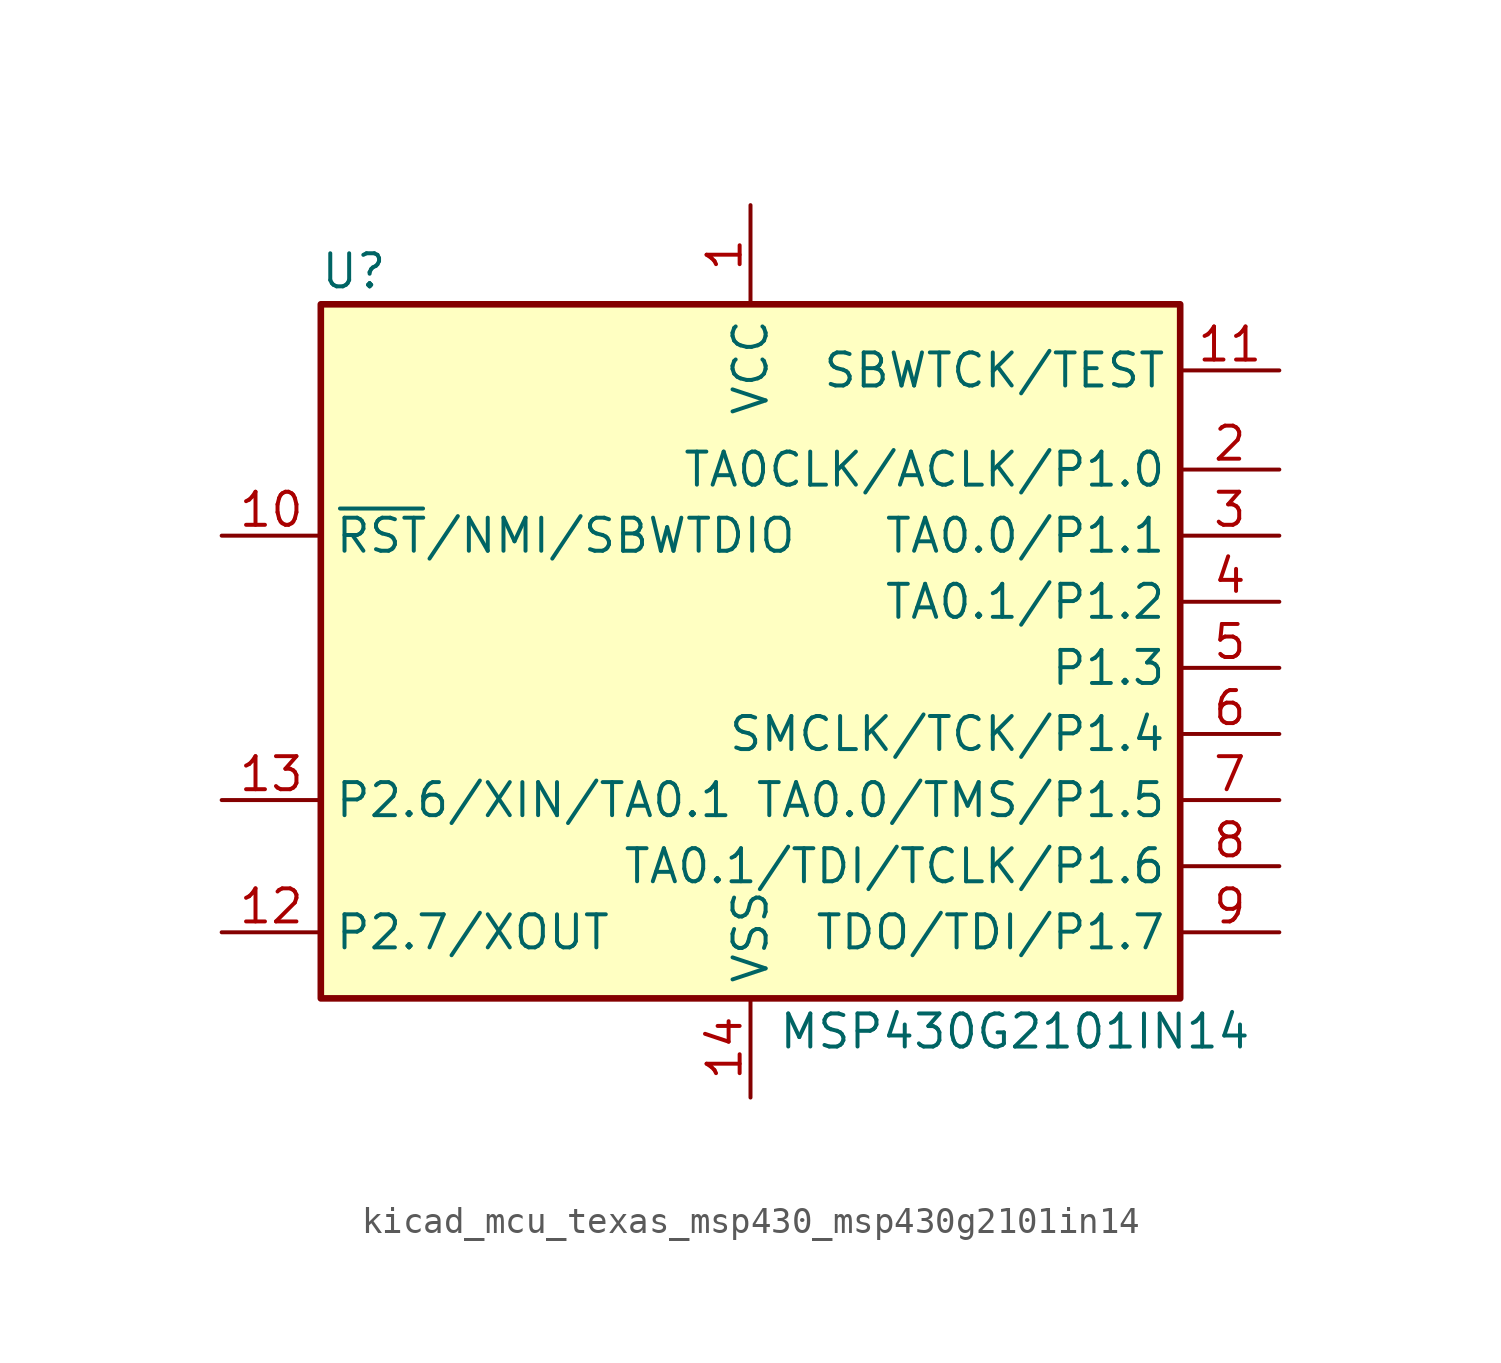
<source format=kicad_sym>
(kicad_symbol_lib
  (version 20220914)
  (generator kicad_symbol_editor)
  (symbol "kicad_mcu_texas_msp430_msp430g2101in14"
    (property "Reference" "U"
      (at -15.24 15.24 0)
      (effects (font (size 1.27 1.27))))
    (property "Value" "MSP430G2101IN14"
      (at 10.16 -13.97 0)
      (effects (font (size 1.27 1.27))))
    (symbol "kicad_mcu_texas_msp430_msp430g2101in14_0_1"
      (rectangle (start -16.51 13.97) (end 16.51 -12.7) (stroke (width 0.254) (type default)) (fill (type background))))
    (symbol "kicad_mcu_texas_msp430_msp430g2101in14_1_1"
      (pin power_in line (at 0 17.78 270) (length 3.81) (name "VCC" (effects (font (size 1.27 1.27)))) (number "1" (effects (font (size 1.27 1.27)))))
      (pin input line (at -20.32 5.08 0) (length 3.81) (name "~{RST}/NMI/SBWTDIO" (effects (font (size 1.27 1.27)))) (number "10" (effects (font (size 1.27 1.27)))))
      (pin input line (at 20.32 11.43 180) (length 3.81) (name "SBWTCK/TEST" (effects (font (size 1.27 1.27)))) (number "11" (effects (font (size 1.27 1.27)))))
      (pin bidirectional line (at -20.32 -10.16 0) (length 3.81) (name "P2.7/XOUT" (effects (font (size 1.27 1.27)))) (number "12" (effects (font (size 1.27 1.27)))))
      (pin bidirectional line (at -20.32 -5.08 0) (length 3.81) (name "P2.6/XIN/TA0.1" (effects (font (size 1.27 1.27)))) (number "13" (effects (font (size 1.27 1.27)))))
      (pin power_in line (at 0 -16.51 90) (length 3.81) (name "VSS" (effects (font (size 1.27 1.27)))) (number "14" (effects (font (size 1.27 1.27)))))
      (pin bidirectional line (at 20.32 7.62 180) (length 3.81) (name "TA0CLK/ACLK/P1.0" (effects (font (size 1.27 1.27)))) (number "2" (effects (font (size 1.27 1.27)))))
      (pin bidirectional line (at 20.32 5.08 180) (length 3.81) (name "TA0.0/P1.1" (effects (font (size 1.27 1.27)))) (number "3" (effects (font (size 1.27 1.27)))))
      (pin bidirectional line (at 20.32 2.54 180) (length 3.81) (name "TA0.1/P1.2" (effects (font (size 1.27 1.27)))) (number "4" (effects (font (size 1.27 1.27)))))
      (pin bidirectional line (at 20.32 0 180) (length 3.81) (name "P1.3" (effects (font (size 1.27 1.27)))) (number "5" (effects (font (size 1.27 1.27)))))
      (pin bidirectional line (at 20.32 -2.54 180) (length 3.81) (name "SMCLK/TCK/P1.4" (effects (font (size 1.27 1.27)))) (number "6" (effects (font (size 1.27 1.27)))))
      (pin bidirectional line (at 20.32 -5.08 180) (length 3.81) (name "TA0.0/TMS/P1.5" (effects (font (size 1.27 1.27)))) (number "7" (effects (font (size 1.27 1.27)))))
      (pin bidirectional line (at 20.32 -7.62 180) (length 3.81) (name "TA0.1/TDI/TCLK/P1.6" (effects (font (size 1.27 1.27)))) (number "8" (effects (font (size 1.27 1.27)))))
      (pin bidirectional line (at 20.32 -10.16 180) (length 3.81) (name "TDO/TDI/P1.7" (effects (font (size 1.27 1.27)))) (number "9" (effects (font (size 1.27 1.27))))))))
</source>
